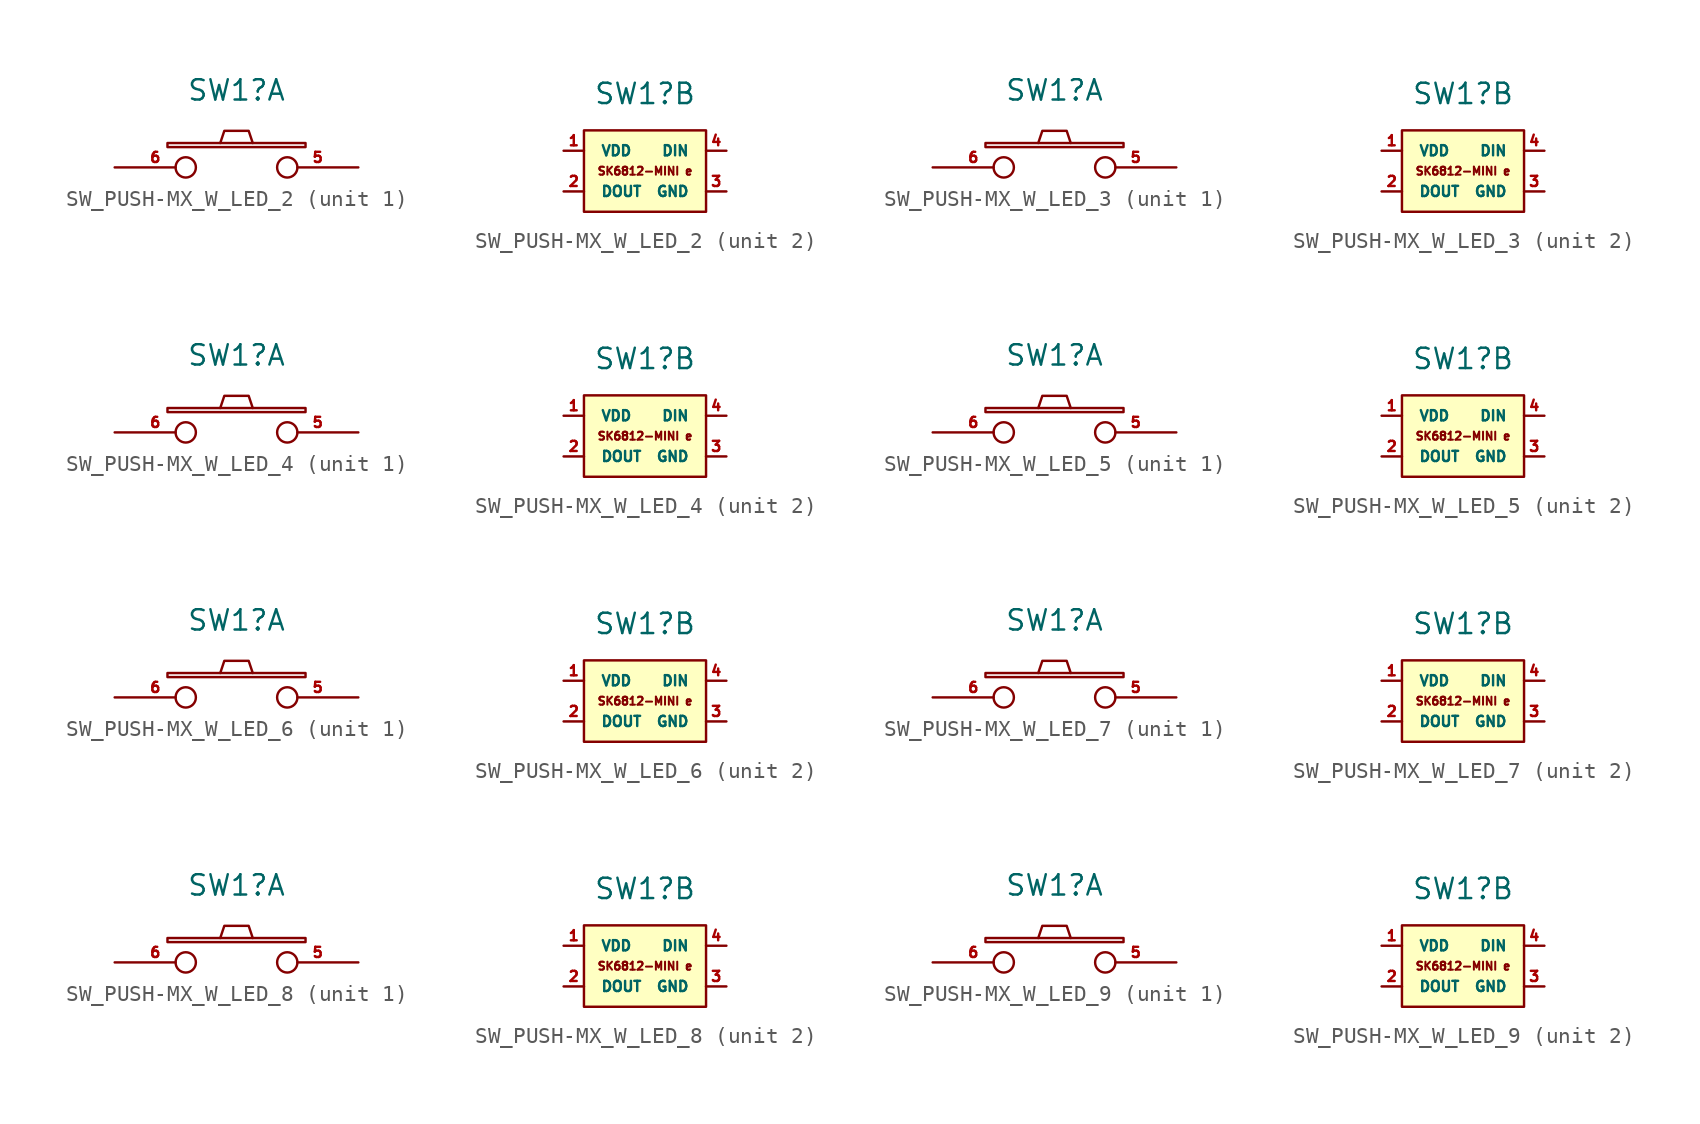
<source format=kicad_sym>
(kicad_symbol_lib
  (version 20220914)
  (generator kicad_symbol_editor)
  (symbol "SW_PUSH-MX_W_LED_2"
    (pin_names
      (offset 1.016))
    (property "Reference" "SW1"
      (at 0 4.826 0)
      (effects (font (size 1.27 1.27))))
    (property "ki_locked" ""
      (at 0 0 0)
      (effects (font (size 1.27 1.27))))
    (symbol "SW_PUSH-MX_W_LED_2_1_1"
      (rectangle (start -4.318 1.27) (end 4.318 1.524) (stroke (width 0) (type default)) (fill (type none)))
      (polyline (pts (xy -1.016 1.524) (xy -0.762 2.286) (xy 0.762 2.286) (xy 1.016 1.524)) (stroke (width 0) (type default)) (fill (type none)))
      (pin passive inverted (at 7.62 0 180) (length 5.08) (name "~" (effects (font (size 0.61 0.61)))) (number "5" (effects (font (size 0.635 0.635)))))
      (pin passive inverted (at -7.62 0 0) (length 5.08) (name "~" (effects (font (size 0.61 0.61)))) (number "6" (effects (font (size 0.635 0.635))))))
    (symbol "SW_PUSH-MX_W_LED_2_2_0"
      (text "SK6812-MINI e\n" (at 0 0 0) (effects (font (size 0.5 0.5)))))
    (symbol "SW_PUSH-MX_W_LED_2_2_1"
      (rectangle (start -3.81 2.54) (end 3.81 -2.54) (stroke (width 0) (type default)) (fill (type background)))
      (pin power_in line (at -5.08 1.27 0) (length 1.27) (name "VDD" (effects (font (size 0.635 0.635)))) (number "1" (effects (font (size 0.635 0.635)))))
      (pin output line (at -5.08 -1.27 0) (length 1.27) (name "DOUT" (effects (font (size 0.635 0.635)))) (number "2" (effects (font (size 0.635 0.635)))))
      (pin input line (at 5.08 -1.27 180) (length 1.27) (name "GND" (effects (font (size 0.635 0.635)))) (number "3" (effects (font (size 0.635 0.635)))))
      (pin power_in line (at 5.08 1.27 180) (length 1.27) (name "DIN" (effects (font (size 0.635 0.635)))) (number "4" (effects (font (size 0.635 0.635)))))))
  (symbol "SW_PUSH-MX_W_LED_3"
    (pin_names
      (offset 1.016))
    (property "Reference" "SW1"
      (at 0 4.826 0)
      (effects (font (size 1.27 1.27))))
    (property "ki_locked" ""
      (at 0 0 0)
      (effects (font (size 1.27 1.27))))
    (symbol "SW_PUSH-MX_W_LED_3_1_1"
      (rectangle (start -4.318 1.27) (end 4.318 1.524) (stroke (width 0) (type default)) (fill (type none)))
      (polyline (pts (xy -1.016 1.524) (xy -0.762 2.286) (xy 0.762 2.286) (xy 1.016 1.524)) (stroke (width 0) (type default)) (fill (type none)))
      (pin passive inverted (at 7.62 0 180) (length 5.08) (name "~" (effects (font (size 0.61 0.61)))) (number "5" (effects (font (size 0.635 0.635)))))
      (pin passive inverted (at -7.62 0 0) (length 5.08) (name "~" (effects (font (size 0.61 0.61)))) (number "6" (effects (font (size 0.635 0.635))))))
    (symbol "SW_PUSH-MX_W_LED_3_2_0"
      (text "SK6812-MINI e\n" (at 0 0 0) (effects (font (size 0.5 0.5)))))
    (symbol "SW_PUSH-MX_W_LED_3_2_1"
      (rectangle (start -3.81 2.54) (end 3.81 -2.54) (stroke (width 0) (type default)) (fill (type background)))
      (pin power_in line (at -5.08 1.27 0) (length 1.27) (name "VDD" (effects (font (size 0.635 0.635)))) (number "1" (effects (font (size 0.635 0.635)))))
      (pin output line (at -5.08 -1.27 0) (length 1.27) (name "DOUT" (effects (font (size 0.635 0.635)))) (number "2" (effects (font (size 0.635 0.635)))))
      (pin input line (at 5.08 -1.27 180) (length 1.27) (name "GND" (effects (font (size 0.635 0.635)))) (number "3" (effects (font (size 0.635 0.635)))))
      (pin power_in line (at 5.08 1.27 180) (length 1.27) (name "DIN" (effects (font (size 0.635 0.635)))) (number "4" (effects (font (size 0.635 0.635)))))))
  (symbol "SW_PUSH-MX_W_LED_4"
    (pin_names
      (offset 1.016))
    (property "Reference" "SW1"
      (at 0 4.826 0)
      (effects (font (size 1.27 1.27))))
    (property "ki_locked" ""
      (at 0 0 0)
      (effects (font (size 1.27 1.27))))
    (symbol "SW_PUSH-MX_W_LED_4_1_1"
      (rectangle (start -4.318 1.27) (end 4.318 1.524) (stroke (width 0) (type default)) (fill (type none)))
      (polyline (pts (xy -1.016 1.524) (xy -0.762 2.286) (xy 0.762 2.286) (xy 1.016 1.524)) (stroke (width 0) (type default)) (fill (type none)))
      (pin passive inverted (at 7.62 0 180) (length 5.08) (name "~" (effects (font (size 0.61 0.61)))) (number "5" (effects (font (size 0.635 0.635)))))
      (pin passive inverted (at -7.62 0 0) (length 5.08) (name "~" (effects (font (size 0.61 0.61)))) (number "6" (effects (font (size 0.635 0.635))))))
    (symbol "SW_PUSH-MX_W_LED_4_2_0"
      (text "SK6812-MINI e\n" (at 0 0 0) (effects (font (size 0.5 0.5)))))
    (symbol "SW_PUSH-MX_W_LED_4_2_1"
      (rectangle (start -3.81 2.54) (end 3.81 -2.54) (stroke (width 0) (type default)) (fill (type background)))
      (pin power_in line (at -5.08 1.27 0) (length 1.27) (name "VDD" (effects (font (size 0.635 0.635)))) (number "1" (effects (font (size 0.635 0.635)))))
      (pin output line (at -5.08 -1.27 0) (length 1.27) (name "DOUT" (effects (font (size 0.635 0.635)))) (number "2" (effects (font (size 0.635 0.635)))))
      (pin input line (at 5.08 -1.27 180) (length 1.27) (name "GND" (effects (font (size 0.635 0.635)))) (number "3" (effects (font (size 0.635 0.635)))))
      (pin power_in line (at 5.08 1.27 180) (length 1.27) (name "DIN" (effects (font (size 0.635 0.635)))) (number "4" (effects (font (size 0.635 0.635)))))))
  (symbol "SW_PUSH-MX_W_LED_5"
    (pin_names
      (offset 1.016))
    (property "Reference" "SW1"
      (at 0 4.826 0)
      (effects (font (size 1.27 1.27))))
    (property "ki_locked" ""
      (at 0 0 0)
      (effects (font (size 1.27 1.27))))
    (symbol "SW_PUSH-MX_W_LED_5_1_1"
      (rectangle (start -4.318 1.27) (end 4.318 1.524) (stroke (width 0) (type default)) (fill (type none)))
      (polyline (pts (xy -1.016 1.524) (xy -0.762 2.286) (xy 0.762 2.286) (xy 1.016 1.524)) (stroke (width 0) (type default)) (fill (type none)))
      (pin passive inverted (at 7.62 0 180) (length 5.08) (name "~" (effects (font (size 0.61 0.61)))) (number "5" (effects (font (size 0.635 0.635)))))
      (pin passive inverted (at -7.62 0 0) (length 5.08) (name "~" (effects (font (size 0.61 0.61)))) (number "6" (effects (font (size 0.635 0.635))))))
    (symbol "SW_PUSH-MX_W_LED_5_2_0"
      (text "SK6812-MINI e\n" (at 0 0 0) (effects (font (size 0.5 0.5)))))
    (symbol "SW_PUSH-MX_W_LED_5_2_1"
      (rectangle (start -3.81 2.54) (end 3.81 -2.54) (stroke (width 0) (type default)) (fill (type background)))
      (pin power_in line (at -5.08 1.27 0) (length 1.27) (name "VDD" (effects (font (size 0.635 0.635)))) (number "1" (effects (font (size 0.635 0.635)))))
      (pin output line (at -5.08 -1.27 0) (length 1.27) (name "DOUT" (effects (font (size 0.635 0.635)))) (number "2" (effects (font (size 0.635 0.635)))))
      (pin input line (at 5.08 -1.27 180) (length 1.27) (name "GND" (effects (font (size 0.635 0.635)))) (number "3" (effects (font (size 0.635 0.635)))))
      (pin power_in line (at 5.08 1.27 180) (length 1.27) (name "DIN" (effects (font (size 0.635 0.635)))) (number "4" (effects (font (size 0.635 0.635)))))))
  (symbol "SW_PUSH-MX_W_LED_6"
    (pin_names
      (offset 1.016))
    (property "Reference" "SW1"
      (at 0 4.826 0)
      (effects (font (size 1.27 1.27))))
    (property "ki_locked" ""
      (at 0 0 0)
      (effects (font (size 1.27 1.27))))
    (symbol "SW_PUSH-MX_W_LED_6_1_1"
      (rectangle (start -4.318 1.27) (end 4.318 1.524) (stroke (width 0) (type default)) (fill (type none)))
      (polyline (pts (xy -1.016 1.524) (xy -0.762 2.286) (xy 0.762 2.286) (xy 1.016 1.524)) (stroke (width 0) (type default)) (fill (type none)))
      (pin passive inverted (at 7.62 0 180) (length 5.08) (name "~" (effects (font (size 0.61 0.61)))) (number "5" (effects (font (size 0.635 0.635)))))
      (pin passive inverted (at -7.62 0 0) (length 5.08) (name "~" (effects (font (size 0.61 0.61)))) (number "6" (effects (font (size 0.635 0.635))))))
    (symbol "SW_PUSH-MX_W_LED_6_2_0"
      (text "SK6812-MINI e\n" (at 0 0 0) (effects (font (size 0.5 0.5)))))
    (symbol "SW_PUSH-MX_W_LED_6_2_1"
      (rectangle (start -3.81 2.54) (end 3.81 -2.54) (stroke (width 0) (type default)) (fill (type background)))
      (pin power_in line (at -5.08 1.27 0) (length 1.27) (name "VDD" (effects (font (size 0.635 0.635)))) (number "1" (effects (font (size 0.635 0.635)))))
      (pin output line (at -5.08 -1.27 0) (length 1.27) (name "DOUT" (effects (font (size 0.635 0.635)))) (number "2" (effects (font (size 0.635 0.635)))))
      (pin input line (at 5.08 -1.27 180) (length 1.27) (name "GND" (effects (font (size 0.635 0.635)))) (number "3" (effects (font (size 0.635 0.635)))))
      (pin power_in line (at 5.08 1.27 180) (length 1.27) (name "DIN" (effects (font (size 0.635 0.635)))) (number "4" (effects (font (size 0.635 0.635)))))))
  (symbol "SW_PUSH-MX_W_LED_7"
    (pin_names
      (offset 1.016))
    (property "Reference" "SW1"
      (at 0 4.826 0)
      (effects (font (size 1.27 1.27))))
    (property "ki_locked" ""
      (at 0 0 0)
      (effects (font (size 1.27 1.27))))
    (symbol "SW_PUSH-MX_W_LED_7_1_1"
      (rectangle (start -4.318 1.27) (end 4.318 1.524) (stroke (width 0) (type default)) (fill (type none)))
      (polyline (pts (xy -1.016 1.524) (xy -0.762 2.286) (xy 0.762 2.286) (xy 1.016 1.524)) (stroke (width 0) (type default)) (fill (type none)))
      (pin passive inverted (at 7.62 0 180) (length 5.08) (name "~" (effects (font (size 0.61 0.61)))) (number "5" (effects (font (size 0.635 0.635)))))
      (pin passive inverted (at -7.62 0 0) (length 5.08) (name "~" (effects (font (size 0.61 0.61)))) (number "6" (effects (font (size 0.635 0.635))))))
    (symbol "SW_PUSH-MX_W_LED_7_2_0"
      (text "SK6812-MINI e\n" (at 0 0 0) (effects (font (size 0.5 0.5)))))
    (symbol "SW_PUSH-MX_W_LED_7_2_1"
      (rectangle (start -3.81 2.54) (end 3.81 -2.54) (stroke (width 0) (type default)) (fill (type background)))
      (pin power_in line (at -5.08 1.27 0) (length 1.27) (name "VDD" (effects (font (size 0.635 0.635)))) (number "1" (effects (font (size 0.635 0.635)))))
      (pin output line (at -5.08 -1.27 0) (length 1.27) (name "DOUT" (effects (font (size 0.635 0.635)))) (number "2" (effects (font (size 0.635 0.635)))))
      (pin input line (at 5.08 -1.27 180) (length 1.27) (name "GND" (effects (font (size 0.635 0.635)))) (number "3" (effects (font (size 0.635 0.635)))))
      (pin power_in line (at 5.08 1.27 180) (length 1.27) (name "DIN" (effects (font (size 0.635 0.635)))) (number "4" (effects (font (size 0.635 0.635)))))))
  (symbol "SW_PUSH-MX_W_LED_8"
    (pin_names
      (offset 1.016))
    (property "Reference" "SW1"
      (at 0 4.826 0)
      (effects (font (size 1.27 1.27))))
    (property "ki_locked" ""
      (at 0 0 0)
      (effects (font (size 1.27 1.27))))
    (symbol "SW_PUSH-MX_W_LED_8_1_1"
      (rectangle (start -4.318 1.27) (end 4.318 1.524) (stroke (width 0) (type default)) (fill (type none)))
      (polyline (pts (xy -1.016 1.524) (xy -0.762 2.286) (xy 0.762 2.286) (xy 1.016 1.524)) (stroke (width 0) (type default)) (fill (type none)))
      (pin passive inverted (at 7.62 0 180) (length 5.08) (name "~" (effects (font (size 0.61 0.61)))) (number "5" (effects (font (size 0.635 0.635)))))
      (pin passive inverted (at -7.62 0 0) (length 5.08) (name "~" (effects (font (size 0.61 0.61)))) (number "6" (effects (font (size 0.635 0.635))))))
    (symbol "SW_PUSH-MX_W_LED_8_2_0"
      (text "SK6812-MINI e\n" (at 0 0 0) (effects (font (size 0.5 0.5)))))
    (symbol "SW_PUSH-MX_W_LED_8_2_1"
      (rectangle (start -3.81 2.54) (end 3.81 -2.54) (stroke (width 0) (type default)) (fill (type background)))
      (pin power_in line (at -5.08 1.27 0) (length 1.27) (name "VDD" (effects (font (size 0.635 0.635)))) (number "1" (effects (font (size 0.635 0.635)))))
      (pin output line (at -5.08 -1.27 0) (length 1.27) (name "DOUT" (effects (font (size 0.635 0.635)))) (number "2" (effects (font (size 0.635 0.635)))))
      (pin input line (at 5.08 -1.27 180) (length 1.27) (name "GND" (effects (font (size 0.635 0.635)))) (number "3" (effects (font (size 0.635 0.635)))))
      (pin power_in line (at 5.08 1.27 180) (length 1.27) (name "DIN" (effects (font (size 0.635 0.635)))) (number "4" (effects (font (size 0.635 0.635)))))))
  (symbol "SW_PUSH-MX_W_LED_9"
    (pin_names
      (offset 1.016))
    (property "Reference" "SW1"
      (at 0 4.826 0)
      (effects (font (size 1.27 1.27))))
    (property "ki_locked" ""
      (at 0 0 0)
      (effects (font (size 1.27 1.27))))
    (symbol "SW_PUSH-MX_W_LED_9_1_1"
      (rectangle (start -4.318 1.27) (end 4.318 1.524) (stroke (width 0) (type default)) (fill (type none)))
      (polyline (pts (xy -1.016 1.524) (xy -0.762 2.286) (xy 0.762 2.286) (xy 1.016 1.524)) (stroke (width 0) (type default)) (fill (type none)))
      (pin passive inverted (at 7.62 0 180) (length 5.08) (name "~" (effects (font (size 0.61 0.61)))) (number "5" (effects (font (size 0.635 0.635)))))
      (pin passive inverted (at -7.62 0 0) (length 5.08) (name "~" (effects (font (size 0.61 0.61)))) (number "6" (effects (font (size 0.635 0.635))))))
    (symbol "SW_PUSH-MX_W_LED_9_2_0"
      (text "SK6812-MINI e\n" (at 0 0 0) (effects (font (size 0.5 0.5)))))
    (symbol "SW_PUSH-MX_W_LED_9_2_1"
      (rectangle (start -3.81 2.54) (end 3.81 -2.54) (stroke (width 0) (type default)) (fill (type background)))
      (pin power_in line (at -5.08 1.27 0) (length 1.27) (name "VDD" (effects (font (size 0.635 0.635)))) (number "1" (effects (font (size 0.635 0.635)))))
      (pin output line (at -5.08 -1.27 0) (length 1.27) (name "DOUT" (effects (font (size 0.635 0.635)))) (number "2" (effects (font (size 0.635 0.635)))))
      (pin input line (at 5.08 -1.27 180) (length 1.27) (name "GND" (effects (font (size 0.635 0.635)))) (number "3" (effects (font (size 0.635 0.635)))))
      (pin power_in line (at 5.08 1.27 180) (length 1.27) (name "DIN" (effects (font (size 0.635 0.635)))) (number "4" (effects (font (size 0.635 0.635))))))))
</source>
